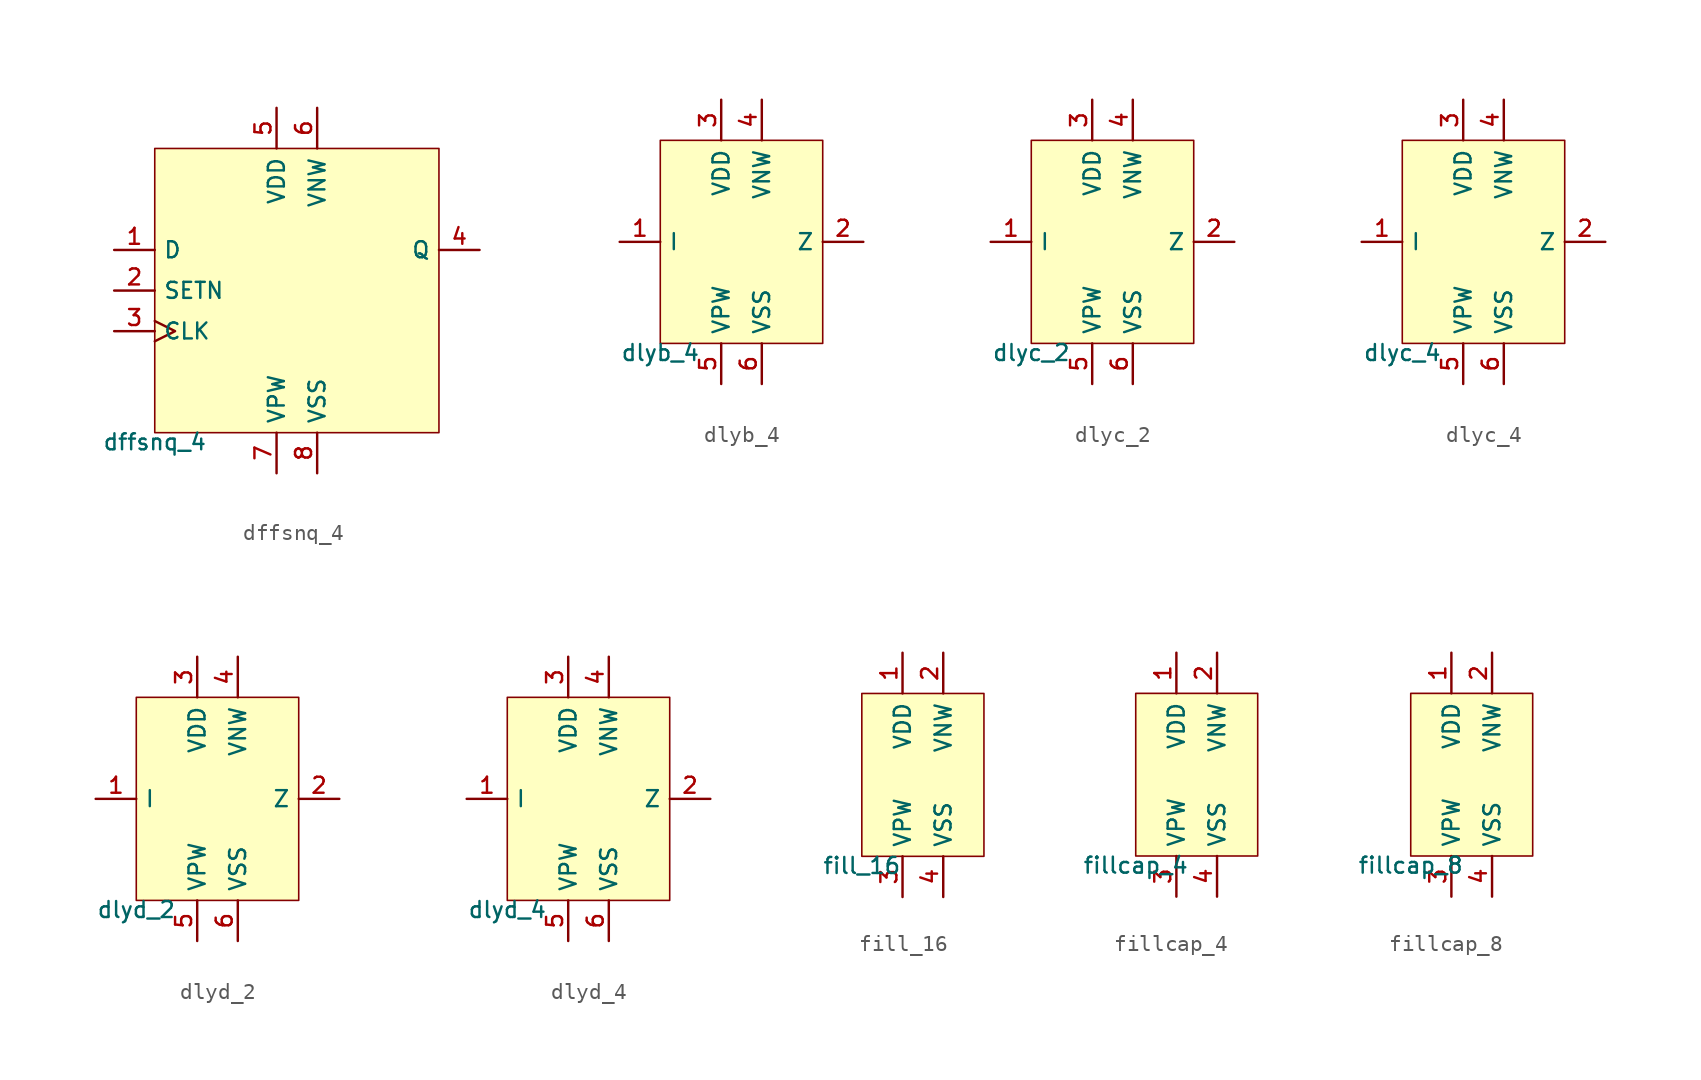
<source format=kicad_sym>
(kicad_symbol_lib
  (version 20211014)
  (generator pdk2kicad)
  (symbol "dffsnq_4"
    (property "Reference" "X"
      (at 0 0 0)
      (effects (font (size 1 1)) hide))
    (property "Value" "dffsnq_4"
      (at -8.89 -8.89 0)
      (effects (font (size 1 1)) (justify top)))
    (rectangle
      (start -8.89 -8.89)
      (end 8.89 8.89)
      (stroke (width 0.1) (type solid) (color 0 0 0 0))
      (fill (type background)))
    (pin input line
      (at -11.43 2.54 0)
      (length 2.54)
      (name "D" (effects (font (size 1 1)) hide))
      (number "1" (effects (font (size 1 1)) hide)))
    (pin input line
      (at -11.43 4.440892098500626e-16 0)
      (length 2.54)
      (name "SETN" (effects (font (size 1 1)) hide))
      (number "2" (effects (font (size 1 1)) hide)))
    (pin input clock
      (at -11.43 -2.54 0)
      (length 2.54)
      (name "CLK" (effects (font (size 1 1)) hide))
      (number "3" (effects (font (size 1 1)) hide)))
    (pin output line
      (at 11.43 2.54 180)
      (length 2.54)
      (name "Q" (effects (font (size 1 1)) hide))
      (number "4" (effects (font (size 1 1)) hide)))
    (pin power_in line
      (at -1.27 11.43 270)
      (length 2.54)
      (name "VDD" (effects (font (size 1 1)) hide))
      (number "5" (effects (font (size 1 1)) hide)))
    (pin power_in line
      (at 1.27 11.43 270)
      (length 2.54)
      (name "VNW" (effects (font (size 1 1)) hide))
      (number "6" (effects (font (size 1 1)) hide)))
    (pin power_in line
      (at -1.27 -11.43 90)
      (length 2.54)
      (name "VPW" (effects (font (size 1 1)) hide))
      (number "7" (effects (font (size 1 1)) hide)))
    (pin power_in line
      (at 1.27 -11.43 90)
      (length 2.54)
      (name "VSS" (effects (font (size 1 1)) hide))
      (number "8" (effects (font (size 1 1)) hide))))
  (symbol "dlyb_4"
    (property "Reference" "X"
      (at 0 0 0)
      (effects (font (size 1 1)) hide))
    (property "Value" "dlyb_4"
      (at -5.08 -6.35 0)
      (effects (font (size 1 1)) (justify top)))
    (rectangle
      (start -5.08 -6.35)
      (end 5.08 6.35)
      (stroke (width 0.1) (type solid) (color 0 0 0 0))
      (fill (type background)))
    (pin input line
      (at -7.62 -4.440892098500626e-16 0)
      (length 2.54)
      (name "I" (effects (font (size 1 1)) hide))
      (number "1" (effects (font (size 1 1)) hide)))
    (pin output line
      (at 7.62 -4.440892098500626e-16 180)
      (length 2.54)
      (name "Z" (effects (font (size 1 1)) hide))
      (number "2" (effects (font (size 1 1)) hide)))
    (pin power_in line
      (at -1.27 8.89 270)
      (length 2.54)
      (name "VDD" (effects (font (size 1 1)) hide))
      (number "3" (effects (font (size 1 1)) hide)))
    (pin power_in line
      (at 1.27 8.89 270)
      (length 2.54)
      (name "VNW" (effects (font (size 1 1)) hide))
      (number "4" (effects (font (size 1 1)) hide)))
    (pin power_in line
      (at -1.27 -8.89 90)
      (length 2.54)
      (name "VPW" (effects (font (size 1 1)) hide))
      (number "5" (effects (font (size 1 1)) hide)))
    (pin power_in line
      (at 1.27 -8.89 90)
      (length 2.54)
      (name "VSS" (effects (font (size 1 1)) hide))
      (number "6" (effects (font (size 1 1)) hide))))
  (symbol "dlyc_2"
    (property "Reference" "X"
      (at 0 0 0)
      (effects (font (size 1 1)) hide))
    (property "Value" "dlyc_2"
      (at -5.08 -6.35 0)
      (effects (font (size 1 1)) (justify top)))
    (rectangle
      (start -5.08 -6.35)
      (end 5.08 6.35)
      (stroke (width 0.1) (type solid) (color 0 0 0 0))
      (fill (type background)))
    (pin input line
      (at -7.62 -4.440892098500626e-16 0)
      (length 2.54)
      (name "I" (effects (font (size 1 1)) hide))
      (number "1" (effects (font (size 1 1)) hide)))
    (pin output line
      (at 7.62 -4.440892098500626e-16 180)
      (length 2.54)
      (name "Z" (effects (font (size 1 1)) hide))
      (number "2" (effects (font (size 1 1)) hide)))
    (pin power_in line
      (at -1.27 8.89 270)
      (length 2.54)
      (name "VDD" (effects (font (size 1 1)) hide))
      (number "3" (effects (font (size 1 1)) hide)))
    (pin power_in line
      (at 1.27 8.89 270)
      (length 2.54)
      (name "VNW" (effects (font (size 1 1)) hide))
      (number "4" (effects (font (size 1 1)) hide)))
    (pin power_in line
      (at -1.27 -8.89 90)
      (length 2.54)
      (name "VPW" (effects (font (size 1 1)) hide))
      (number "5" (effects (font (size 1 1)) hide)))
    (pin power_in line
      (at 1.27 -8.89 90)
      (length 2.54)
      (name "VSS" (effects (font (size 1 1)) hide))
      (number "6" (effects (font (size 1 1)) hide))))
  (symbol "dlyc_4"
    (property "Reference" "X"
      (at 0 0 0)
      (effects (font (size 1 1)) hide))
    (property "Value" "dlyc_4"
      (at -5.08 -6.35 0)
      (effects (font (size 1 1)) (justify top)))
    (rectangle
      (start -5.08 -6.35)
      (end 5.08 6.35)
      (stroke (width 0.1) (type solid) (color 0 0 0 0))
      (fill (type background)))
    (pin input line
      (at -7.62 -4.440892098500626e-16 0)
      (length 2.54)
      (name "I" (effects (font (size 1 1)) hide))
      (number "1" (effects (font (size 1 1)) hide)))
    (pin output line
      (at 7.62 -4.440892098500626e-16 180)
      (length 2.54)
      (name "Z" (effects (font (size 1 1)) hide))
      (number "2" (effects (font (size 1 1)) hide)))
    (pin power_in line
      (at -1.27 8.89 270)
      (length 2.54)
      (name "VDD" (effects (font (size 1 1)) hide))
      (number "3" (effects (font (size 1 1)) hide)))
    (pin power_in line
      (at 1.27 8.89 270)
      (length 2.54)
      (name "VNW" (effects (font (size 1 1)) hide))
      (number "4" (effects (font (size 1 1)) hide)))
    (pin power_in line
      (at -1.27 -8.89 90)
      (length 2.54)
      (name "VPW" (effects (font (size 1 1)) hide))
      (number "5" (effects (font (size 1 1)) hide)))
    (pin power_in line
      (at 1.27 -8.89 90)
      (length 2.54)
      (name "VSS" (effects (font (size 1 1)) hide))
      (number "6" (effects (font (size 1 1)) hide))))
  (symbol "dlyd_2"
    (property "Reference" "X"
      (at 0 0 0)
      (effects (font (size 1 1)) hide))
    (property "Value" "dlyd_2"
      (at -5.08 -6.35 0)
      (effects (font (size 1 1)) (justify top)))
    (rectangle
      (start -5.08 -6.35)
      (end 5.08 6.35)
      (stroke (width 0.1) (type solid) (color 0 0 0 0))
      (fill (type background)))
    (pin input line
      (at -7.62 -4.440892098500626e-16 0)
      (length 2.54)
      (name "I" (effects (font (size 1 1)) hide))
      (number "1" (effects (font (size 1 1)) hide)))
    (pin output line
      (at 7.62 -4.440892098500626e-16 180)
      (length 2.54)
      (name "Z" (effects (font (size 1 1)) hide))
      (number "2" (effects (font (size 1 1)) hide)))
    (pin power_in line
      (at -1.27 8.89 270)
      (length 2.54)
      (name "VDD" (effects (font (size 1 1)) hide))
      (number "3" (effects (font (size 1 1)) hide)))
    (pin power_in line
      (at 1.27 8.89 270)
      (length 2.54)
      (name "VNW" (effects (font (size 1 1)) hide))
      (number "4" (effects (font (size 1 1)) hide)))
    (pin power_in line
      (at -1.27 -8.89 90)
      (length 2.54)
      (name "VPW" (effects (font (size 1 1)) hide))
      (number "5" (effects (font (size 1 1)) hide)))
    (pin power_in line
      (at 1.27 -8.89 90)
      (length 2.54)
      (name "VSS" (effects (font (size 1 1)) hide))
      (number "6" (effects (font (size 1 1)) hide))))
  (symbol "dlyd_4"
    (property "Reference" "X"
      (at 0 0 0)
      (effects (font (size 1 1)) hide))
    (property "Value" "dlyd_4"
      (at -5.08 -6.35 0)
      (effects (font (size 1 1)) (justify top)))
    (rectangle
      (start -5.08 -6.35)
      (end 5.08 6.35)
      (stroke (width 0.1) (type solid) (color 0 0 0 0))
      (fill (type background)))
    (pin input line
      (at -7.62 -4.440892098500626e-16 0)
      (length 2.54)
      (name "I" (effects (font (size 1 1)) hide))
      (number "1" (effects (font (size 1 1)) hide)))
    (pin output line
      (at 7.62 -4.440892098500626e-16 180)
      (length 2.54)
      (name "Z" (effects (font (size 1 1)) hide))
      (number "2" (effects (font (size 1 1)) hide)))
    (pin power_in line
      (at -1.27 8.89 270)
      (length 2.54)
      (name "VDD" (effects (font (size 1 1)) hide))
      (number "3" (effects (font (size 1 1)) hide)))
    (pin power_in line
      (at 1.27 8.89 270)
      (length 2.54)
      (name "VNW" (effects (font (size 1 1)) hide))
      (number "4" (effects (font (size 1 1)) hide)))
    (pin power_in line
      (at -1.27 -8.89 90)
      (length 2.54)
      (name "VPW" (effects (font (size 1 1)) hide))
      (number "5" (effects (font (size 1 1)) hide)))
    (pin power_in line
      (at 1.27 -8.89 90)
      (length 2.54)
      (name "VSS" (effects (font (size 1 1)) hide))
      (number "6" (effects (font (size 1 1)) hide))))
  (symbol "fill_16"
    (property "Reference" "X"
      (at 0 0 0)
      (effects (font (size 1 1)) hide))
    (property "Value" "fill_16"
      (at -3.81 -5.08 0)
      (effects (font (size 1 1)) (justify top)))
    (rectangle
      (start -3.81 -5.08)
      (end 3.81 5.08)
      (stroke (width 0.1) (type solid) (color 0 0 0 0))
      (fill (type background)))
    (pin power_in line
      (at -1.27 7.62 270)
      (length 2.54)
      (name "VDD" (effects (font (size 1 1)) hide))
      (number "1" (effects (font (size 1 1)) hide)))
    (pin power_in line
      (at 1.27 7.62 270)
      (length 2.54)
      (name "VNW" (effects (font (size 1 1)) hide))
      (number "2" (effects (font (size 1 1)) hide)))
    (pin power_in line
      (at -1.27 -7.62 90)
      (length 2.54)
      (name "VPW" (effects (font (size 1 1)) hide))
      (number "3" (effects (font (size 1 1)) hide)))
    (pin power_in line
      (at 1.27 -7.62 90)
      (length 2.54)
      (name "VSS" (effects (font (size 1 1)) hide))
      (number "4" (effects (font (size 1 1)) hide))))
  (symbol "fillcap_4"
    (property "Reference" "X"
      (at 0 0 0)
      (effects (font (size 1 1)) hide))
    (property "Value" "fillcap_4"
      (at -3.81 -5.08 0)
      (effects (font (size 1 1)) (justify top)))
    (rectangle
      (start -3.81 -5.08)
      (end 3.81 5.08)
      (stroke (width 0.1) (type solid) (color 0 0 0 0))
      (fill (type background)))
    (pin power_in line
      (at -1.27 7.62 270)
      (length 2.54)
      (name "VDD" (effects (font (size 1 1)) hide))
      (number "1" (effects (font (size 1 1)) hide)))
    (pin power_in line
      (at 1.27 7.62 270)
      (length 2.54)
      (name "VNW" (effects (font (size 1 1)) hide))
      (number "2" (effects (font (size 1 1)) hide)))
    (pin power_in line
      (at -1.27 -7.62 90)
      (length 2.54)
      (name "VPW" (effects (font (size 1 1)) hide))
      (number "3" (effects (font (size 1 1)) hide)))
    (pin power_in line
      (at 1.27 -7.62 90)
      (length 2.54)
      (name "VSS" (effects (font (size 1 1)) hide))
      (number "4" (effects (font (size 1 1)) hide))))
  (symbol "fillcap_8"
    (property "Reference" "X"
      (at 0 0 0)
      (effects (font (size 1 1)) hide))
    (property "Value" "fillcap_8"
      (at -3.81 -5.08 0)
      (effects (font (size 1 1)) (justify top)))
    (rectangle
      (start -3.81 -5.08)
      (end 3.81 5.08)
      (stroke (width 0.1) (type solid) (color 0 0 0 0))
      (fill (type background)))
    (pin power_in line
      (at -1.27 7.62 270)
      (length 2.54)
      (name "VDD" (effects (font (size 1 1)) hide))
      (number "1" (effects (font (size 1 1)) hide)))
    (pin power_in line
      (at 1.27 7.62 270)
      (length 2.54)
      (name "VNW" (effects (font (size 1 1)) hide))
      (number "2" (effects (font (size 1 1)) hide)))
    (pin power_in line
      (at -1.27 -7.62 90)
      (length 2.54)
      (name "VPW" (effects (font (size 1 1)) hide))
      (number "3" (effects (font (size 1 1)) hide)))
    (pin power_in line
      (at 1.27 -7.62 90)
      (length 2.54)
      (name "VSS" (effects (font (size 1 1)) hide))
      (number "4" (effects (font (size 1 1)) hide)))))
</source>
